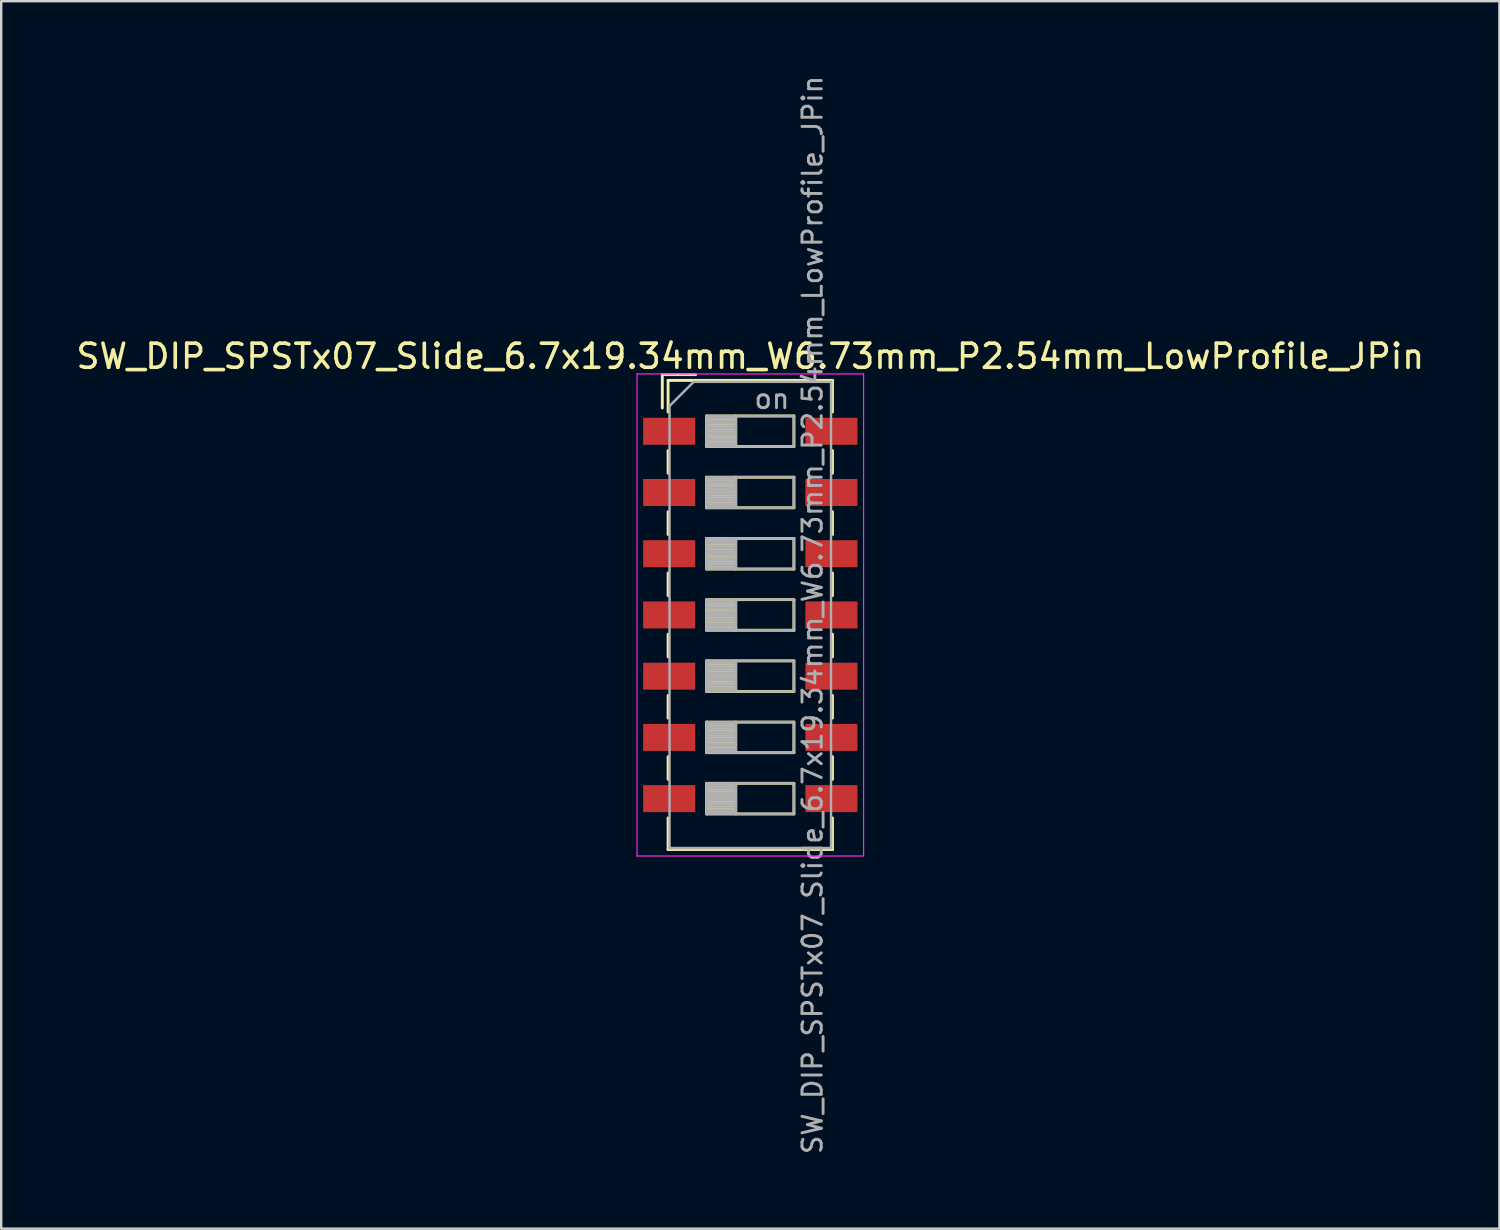
<source format=kicad_pcb>
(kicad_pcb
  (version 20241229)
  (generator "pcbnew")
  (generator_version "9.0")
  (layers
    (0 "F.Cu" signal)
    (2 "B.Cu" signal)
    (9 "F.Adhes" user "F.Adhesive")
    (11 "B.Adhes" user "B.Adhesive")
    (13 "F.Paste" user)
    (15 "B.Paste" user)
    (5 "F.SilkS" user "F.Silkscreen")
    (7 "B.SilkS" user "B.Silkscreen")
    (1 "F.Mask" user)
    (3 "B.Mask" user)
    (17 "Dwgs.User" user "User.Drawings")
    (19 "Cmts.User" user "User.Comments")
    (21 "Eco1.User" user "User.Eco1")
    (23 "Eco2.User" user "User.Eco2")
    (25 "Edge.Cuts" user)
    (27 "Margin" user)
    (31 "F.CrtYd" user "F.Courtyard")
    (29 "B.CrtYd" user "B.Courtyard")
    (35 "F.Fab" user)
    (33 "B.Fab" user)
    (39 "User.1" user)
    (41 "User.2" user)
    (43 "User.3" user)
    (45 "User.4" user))
  (footprint "SW_DIP_SPSTx07_Slide_6.7x19.34mm_W6.73mm_P2.54mm_LowProfile_JPin"
    (layer "F.Cu")
    (at 28.077 22.462)
    (property "Reference" "SW_DIP_SPSTx07_Slide_6.7x19.34mm_W6.73mm_P2.54mm_LowProfile_JPin" (at 0 -10.73 0) (layer "F.SilkS") (effects (font (size 1 1) (thickness 0.15))))
    (attr smd)
    (fp_line (start -3.65 -9.97) (end -3.65 -8.587) (stroke (width 0.12) (type solid)) (layer "F.SilkS"))
    (fp_line (start -3.65 -9.97) (end -2.267 -9.97) (stroke (width 0.12) (type solid)) (layer "F.SilkS"))
    (fp_line (start -3.41 -9.73) (end -3.41 -8.42) (stroke (width 0.12) (type solid)) (layer "F.SilkS"))
    (fp_line (start -3.41 -9.73) (end 3.41 -9.73) (stroke (width 0.12) (type solid)) (layer "F.SilkS"))
    (fp_line (start -3.41 -6.82) (end -3.41 -5.88) (stroke (width 0.12) (type solid)) (layer "F.SilkS"))
    (fp_line (start -3.41 -4.28) (end -3.41 -3.34) (stroke (width 0.12) (type solid)) (layer "F.SilkS"))
    (fp_line (start -3.41 -1.74) (end -3.41 -0.8) (stroke (width 0.12) (type solid)) (layer "F.SilkS"))
    (fp_line (start -3.41 0.8) (end -3.41 1.74) (stroke (width 0.12) (type solid)) (layer "F.SilkS"))
    (fp_line (start -3.41 3.34) (end -3.41 4.28) (stroke (width 0.12) (type solid)) (layer "F.SilkS"))
    (fp_line (start -3.41 5.88) (end -3.41 6.82) (stroke (width 0.12) (type solid)) (layer "F.SilkS"))
    (fp_line (start -3.41 8.42) (end -3.41 9.73) (stroke (width 0.12) (type solid)) (layer "F.SilkS"))
    (fp_line (start -3.41 9.73) (end 3.41 9.73) (stroke (width 0.12) (type solid)) (layer "F.SilkS"))
    (fp_line (start -1.81 -8.255) (end -1.81 -6.985) (stroke (width 0.12) (type solid)) (layer "F.SilkS"))
    (fp_line (start -1.81 -8.135) (end -0.603 -8.135) (stroke (width 0.12) (type solid)) (layer "F.SilkS"))
    (fp_line (start -1.81 -8.015) (end -0.603 -8.015) (stroke (width 0.12) (type solid)) (layer "F.SilkS"))
    (fp_line (start -1.81 -7.895) (end -0.603 -7.895) (stroke (width 0.12) (type solid)) (layer "F.SilkS"))
    (fp_line (start -1.81 -7.775) (end -0.603 -7.775) (stroke (width 0.12) (type solid)) (layer "F.SilkS"))
    (fp_line (start -1.81 -7.655) (end -0.603 -7.655) (stroke (width 0.12) (type solid)) (layer "F.SilkS"))
    (fp_line (start -1.81 -7.535) (end -0.603 -7.535) (stroke (width 0.12) (type solid)) (layer "F.SilkS"))
    (fp_line (start -1.81 -7.415) (end -0.603 -7.415) (stroke (width 0.12) (type solid)) (layer "F.SilkS"))
    (fp_line (start -1.81 -7.295) (end -0.603 -7.295) (stroke (width 0.12) (type solid)) (layer "F.SilkS"))
    (fp_line (start -1.81 -7.175) (end -0.603 -7.175) (stroke (width 0.12) (type solid)) (layer "F.SilkS"))
    (fp_line (start -1.81 -7.055) (end -0.603 -7.055) (stroke (width 0.12) (type solid)) (layer "F.SilkS"))
    (fp_line (start -1.81 -6.985) (end 1.81 -6.985) (stroke (width 0.12) (type solid)) (layer "F.SilkS"))
    (fp_line (start -1.81 -5.715) (end -1.81 -4.445) (stroke (width 0.12) (type solid)) (layer "F.SilkS"))
    (fp_line (start -1.81 -5.595) (end -0.603 -5.595) (stroke (width 0.12) (type solid)) (layer "F.SilkS"))
    (fp_line (start -1.81 -5.475) (end -0.603 -5.475) (stroke (width 0.12) (type solid)) (layer "F.SilkS"))
    (fp_line (start -1.81 -5.355) (end -0.603 -5.355) (stroke (width 0.12) (type solid)) (layer "F.SilkS"))
    (fp_line (start -1.81 -5.235) (end -0.603 -5.235) (stroke (width 0.12) (type solid)) (layer "F.SilkS"))
    (fp_line (start -1.81 -5.115) (end -0.603 -5.115) (stroke (width 0.12) (type solid)) (layer "F.SilkS"))
    (fp_line (start -1.81 -4.995) (end -0.603 -4.995) (stroke (width 0.12) (type solid)) (layer "F.SilkS"))
    (fp_line (start -1.81 -4.875) (end -0.603 -4.875) (stroke (width 0.12) (type solid)) (layer "F.SilkS"))
    (fp_line (start -1.81 -4.755) (end -0.603 -4.755) (stroke (width 0.12) (type solid)) (layer "F.SilkS"))
    (fp_line (start -1.81 -4.635) (end -0.603 -4.635) (stroke (width 0.12) (type solid)) (layer "F.SilkS"))
    (fp_line (start -1.81 -4.515) (end -0.603 -4.515) (stroke (width 0.12) (type solid)) (layer "F.SilkS"))
    (fp_line (start -1.81 -4.445) (end 1.81 -4.445) (stroke (width 0.12) (type solid)) (layer "F.SilkS"))
    (fp_line (start -1.81 -3.175) (end -1.81 -1.905) (stroke (width 0.12) (type solid)) (layer "F.SilkS"))
    (fp_line (start -1.81 -3.055) (end -0.603 -3.055) (stroke (width 0.12) (type solid)) (layer "F.SilkS"))
    (fp_line (start -1.81 -2.935) (end -0.603 -2.935) (stroke (width 0.12) (type solid)) (layer "F.SilkS"))
    (fp_line (start -1.81 -2.815) (end -0.603 -2.815) (stroke (width 0.12) (type solid)) (layer "F.SilkS"))
    (fp_line (start -1.81 -2.695) (end -0.603 -2.695) (stroke (width 0.12) (type solid)) (layer "F.SilkS"))
    (fp_line (start -1.81 -2.575) (end -0.603 -2.575) (stroke (width 0.12) (type solid)) (layer "F.SilkS"))
    (fp_line (start -1.81 -2.455) (end -0.603 -2.455) (stroke (width 0.12) (type solid)) (layer "F.SilkS"))
    (fp_line (start -1.81 -2.335) (end -0.603 -2.335) (stroke (width 0.12) (type solid)) (layer "F.SilkS"))
    (fp_line (start -1.81 -2.215) (end -0.603 -2.215) (stroke (width 0.12) (type solid)) (layer "F.SilkS"))
    (fp_line (start -1.81 -2.095) (end -0.603 -2.095) (stroke (width 0.12) (type solid)) (layer "F.SilkS"))
    (fp_line (start -1.81 -1.975) (end -0.603 -1.975) (stroke (width 0.12) (type solid)) (layer "F.SilkS"))
    (fp_line (start -1.81 -1.905) (end 1.81 -1.905) (stroke (width 0.12) (type solid)) (layer "F.SilkS"))
    (fp_line (start -1.81 -0.635) (end -1.81 0.635) (stroke (width 0.12) (type solid)) (layer "F.SilkS"))
    (fp_line (start -1.81 -0.515) (end -0.603 -0.515) (stroke (width 0.12) (type solid)) (layer "F.SilkS"))
    (fp_line (start -1.81 -0.395) (end -0.603 -0.395) (stroke (width 0.12) (type solid)) (layer "F.SilkS"))
    (fp_line (start -1.81 -0.275) (end -0.603 -0.275) (stroke (width 0.12) (type solid)) (layer "F.SilkS"))
    (fp_line (start -1.81 -0.155) (end -0.603 -0.155) (stroke (width 0.12) (type solid)) (layer "F.SilkS"))
    (fp_line (start -1.81 -0.035) (end -0.603 -0.035) (stroke (width 0.12) (type solid)) (layer "F.SilkS"))
    (fp_line (start -1.81 0.085) (end -0.603 0.085) (stroke (width 0.12) (type solid)) (layer "F.SilkS"))
    (fp_line (start -1.81 0.205) (end -0.603 0.205) (stroke (width 0.12) (type solid)) (layer "F.SilkS"))
    (fp_line (start -1.81 0.325) (end -0.603 0.325) (stroke (width 0.12) (type solid)) (layer "F.SilkS"))
    (fp_line (start -1.81 0.445) (end -0.603 0.445) (stroke (width 0.12) (type solid)) (layer "F.SilkS"))
    (fp_line (start -1.81 0.565) (end -0.603 0.565) (stroke (width 0.12) (type solid)) (layer "F.SilkS"))
    (fp_line (start -1.81 0.635) (end 1.81 0.635) (stroke (width 0.12) (type solid)) (layer "F.SilkS"))
    (fp_line (start -1.81 1.905) (end -1.81 3.175) (stroke (width 0.12) (type solid)) (layer "F.SilkS"))
    (fp_line (start -1.81 2.025) (end -0.603 2.025) (stroke (width 0.12) (type solid)) (layer "F.SilkS"))
    (fp_line (start -1.81 2.145) (end -0.603 2.145) (stroke (width 0.12) (type solid)) (layer "F.SilkS"))
    (fp_line (start -1.81 2.265) (end -0.603 2.265) (stroke (width 0.12) (type solid)) (layer "F.SilkS"))
    (fp_line (start -1.81 2.385) (end -0.603 2.385) (stroke (width 0.12) (type solid)) (layer "F.SilkS"))
    (fp_line (start -1.81 2.505) (end -0.603 2.505) (stroke (width 0.12) (type solid)) (layer "F.SilkS"))
    (fp_line (start -1.81 2.625) (end -0.603 2.625) (stroke (width 0.12) (type solid)) (layer "F.SilkS"))
    (fp_line (start -1.81 2.745) (end -0.603 2.745) (stroke (width 0.12) (type solid)) (layer "F.SilkS"))
    (fp_line (start -1.81 2.865) (end -0.603 2.865) (stroke (width 0.12) (type solid)) (layer "F.SilkS"))
    (fp_line (start -1.81 2.985) (end -0.603 2.985) (stroke (width 0.12) (type solid)) (layer "F.SilkS"))
    (fp_line (start -1.81 3.105) (end -0.603 3.105) (stroke (width 0.12) (type solid)) (layer "F.SilkS"))
    (fp_line (start -1.81 3.175) (end 1.81 3.175) (stroke (width 0.12) (type solid)) (layer "F.SilkS"))
    (fp_line (start -1.81 4.445) (end -1.81 5.715) (stroke (width 0.12) (type solid)) (layer "F.SilkS"))
    (fp_line (start -1.81 4.565) (end -0.603 4.565) (stroke (width 0.12) (type solid)) (layer "F.SilkS"))
    (fp_line (start -1.81 4.685) (end -0.603 4.685) (stroke (width 0.12) (type solid)) (layer "F.SilkS"))
    (fp_line (start -1.81 4.805) (end -0.603 4.805) (stroke (width 0.12) (type solid)) (layer "F.SilkS"))
    (fp_line (start -1.81 4.925) (end -0.603 4.925) (stroke (width 0.12) (type solid)) (layer "F.SilkS"))
    (fp_line (start -1.81 5.045) (end -0.603 5.045) (stroke (width 0.12) (type solid)) (layer "F.SilkS"))
    (fp_line (start -1.81 5.165) (end -0.603 5.165) (stroke (width 0.12) (type solid)) (layer "F.SilkS"))
    (fp_line (start -1.81 5.285) (end -0.603 5.285) (stroke (width 0.12) (type solid)) (layer "F.SilkS"))
    (fp_line (start -1.81 5.405) (end -0.603 5.405) (stroke (width 0.12) (type solid)) (layer "F.SilkS"))
    (fp_line (start -1.81 5.525) (end -0.603 5.525) (stroke (width 0.12) (type solid)) (layer "F.SilkS"))
    (fp_line (start -1.81 5.645) (end -0.603 5.645) (stroke (width 0.12) (type solid)) (layer "F.SilkS"))
    (fp_line (start -1.81 5.715) (end 1.81 5.715) (stroke (width 0.12) (type solid)) (layer "F.SilkS"))
    (fp_line (start -1.81 6.985) (end -1.81 8.255) (stroke (width 0.12) (type solid)) (layer "F.SilkS"))
    (fp_line (start -1.81 7.105) (end -0.603 7.105) (stroke (width 0.12) (type solid)) (layer "F.SilkS"))
    (fp_line (start -1.81 7.225) (end -0.603 7.225) (stroke (width 0.12) (type solid)) (layer "F.SilkS"))
    (fp_line (start -1.81 7.345) (end -0.603 7.345) (stroke (width 0.12) (type solid)) (layer "F.SilkS"))
    (fp_line (start -1.81 7.465) (end -0.603 7.465) (stroke (width 0.12) (type solid)) (layer "F.SilkS"))
    (fp_line (start -1.81 7.585) (end -0.603 7.585) (stroke (width 0.12) (type solid)) (layer "F.SilkS"))
    (fp_line (start -1.81 7.705) (end -0.603 7.705) (stroke (width 0.12) (type solid)) (layer "F.SilkS"))
    (fp_line (start -1.81 7.825) (end -0.603 7.825) (stroke (width 0.12) (type solid)) (layer "F.SilkS"))
    (fp_line (start -1.81 7.945) (end -0.603 7.945) (stroke (width 0.12) (type solid)) (layer "F.SilkS"))
    (fp_line (start -1.81 8.065) (end -0.603 8.065) (stroke (width 0.12) (type solid)) (layer "F.SilkS"))
    (fp_line (start -1.81 8.185) (end -0.603 8.185) (stroke (width 0.12) (type solid)) (layer "F.SilkS"))
    (fp_line (start -1.81 8.255) (end 1.81 8.255) (stroke (width 0.12) (type solid)) (layer "F.SilkS"))
    (fp_line (start -0.603 -8.255) (end -0.603 -6.985) (stroke (width 0.12) (type solid)) (layer "F.SilkS"))
    (fp_line (start -0.603 -5.715) (end -0.603 -4.445) (stroke (width 0.12) (type solid)) (layer "F.SilkS"))
    (fp_line (start -0.603 -3.175) (end -0.603 -1.905) (stroke (width 0.12) (type solid)) (layer "F.SilkS"))
    (fp_line (start -0.603 -0.635) (end -0.603 0.635) (stroke (width 0.12) (type solid)) (layer "F.SilkS"))
    (fp_line (start -0.603 1.905) (end -0.603 3.175) (stroke (width 0.12) (type solid)) (layer "F.SilkS"))
    (fp_line (start -0.603 4.445) (end -0.603 5.715) (stroke (width 0.12) (type solid)) (layer "F.SilkS"))
    (fp_line (start -0.603 6.985) (end -0.603 8.255) (stroke (width 0.12) (type solid)) (layer "F.SilkS"))
    (fp_line (start 1.81 -8.255) (end -1.81 -8.255) (stroke (width 0.12) (type solid)) (layer "F.SilkS"))
    (fp_line (start 1.81 -6.985) (end 1.81 -8.255) (stroke (width 0.12) (type solid)) (layer "F.SilkS"))
    (fp_line (start 1.81 -5.715) (end -1.81 -5.715) (stroke (width 0.12) (type solid)) (layer "F.SilkS"))
    (fp_line (start 1.81 -4.445) (end 1.81 -5.715) (stroke (width 0.12) (type solid)) (layer "F.SilkS"))
    (fp_line (start 1.81 -3.175) (end -1.81 -3.175) (stroke (width 0.12) (type solid)) (layer "F.SilkS"))
    (fp_line (start 1.81 -1.905) (end 1.81 -3.175) (stroke (width 0.12) (type solid)) (layer "F.SilkS"))
    (fp_line (start 1.81 -0.635) (end -1.81 -0.635) (stroke (width 0.12) (type solid)) (layer "F.SilkS"))
    (fp_line (start 1.81 0.635) (end 1.81 -0.635) (stroke (width 0.12) (type solid)) (layer "F.SilkS"))
    (fp_line (start 1.81 1.905) (end -1.81 1.905) (stroke (width 0.12) (type solid)) (layer "F.SilkS"))
    (fp_line (start 1.81 3.175) (end 1.81 1.905) (stroke (width 0.12) (type solid)) (layer "F.SilkS"))
    (fp_line (start 1.81 4.445) (end -1.81 4.445) (stroke (width 0.12) (type solid)) (layer "F.SilkS"))
    (fp_line (start 1.81 5.715) (end 1.81 4.445) (stroke (width 0.12) (type solid)) (layer "F.SilkS"))
    (fp_line (start 1.81 6.985) (end -1.81 6.985) (stroke (width 0.12) (type solid)) (layer "F.SilkS"))
    (fp_line (start 1.81 8.255) (end 1.81 6.985) (stroke (width 0.12) (type solid)) (layer "F.SilkS"))
    (fp_line (start 3.41 -9.73) (end 3.41 -8.42) (stroke (width 0.12) (type solid)) (layer "F.SilkS"))
    (fp_line (start 3.41 -6.82) (end 3.41 -5.88) (stroke (width 0.12) (type solid)) (layer "F.SilkS"))
    (fp_line (start 3.41 -4.28) (end 3.41 -3.34) (stroke (width 0.12) (type solid)) (layer "F.SilkS"))
    (fp_line (start 3.41 -1.74) (end 3.41 -0.8) (stroke (width 0.12) (type solid)) (layer "F.SilkS"))
    (fp_line (start 3.41 0.8) (end 3.41 1.74) (stroke (width 0.12) (type solid)) (layer "F.SilkS"))
    (fp_line (start 3.41 3.34) (end 3.41 4.28) (stroke (width 0.12) (type solid)) (layer "F.SilkS"))
    (fp_line (start 3.41 5.88) (end 3.41 6.82) (stroke (width 0.12) (type solid)) (layer "F.SilkS"))
    (fp_line (start 3.41 8.42) (end 3.41 9.73) (stroke (width 0.12) (type solid)) (layer "F.SilkS"))
    (fp_line (start -4.7 -10) (end -4.7 10) (stroke (width 0.05) (type solid)) (layer "F.CrtYd"))
    (fp_line (start -4.7 10) (end 4.7 10) (stroke (width 0.05) (type solid)) (layer "F.CrtYd"))
    (fp_line (start 4.7 -10) (end -4.7 -10) (stroke (width 0.05) (type solid)) (layer "F.CrtYd"))
    (fp_line (start 4.7 10) (end 4.7 -10) (stroke (width 0.05) (type solid)) (layer "F.CrtYd"))
    (fp_line (start -3.35 -8.67) (end -2.35 -9.67) (stroke (width 0.1) (type solid)) (layer "F.Fab"))
    (fp_line (start -3.35 9.67) (end -3.35 -8.67) (stroke (width 0.1) (type solid)) (layer "F.Fab"))
    (fp_line (start -2.35 -9.67) (end 3.35 -9.67) (stroke (width 0.1) (type solid)) (layer "F.Fab"))
    (fp_line (start -1.81 -8.255) (end -1.81 -6.985) (stroke (width 0.1) (type solid)) (layer "F.Fab"))
    (fp_line (start -1.81 -8.155) (end -0.603 -8.155) (stroke (width 0.1) (type solid)) (layer "F.Fab"))
    (fp_line (start -1.81 -8.055) (end -0.603 -8.055) (stroke (width 0.1) (type solid)) (layer "F.Fab"))
    (fp_line (start -1.81 -7.955) (end -0.603 -7.955) (stroke (width 0.1) (type solid)) (layer "F.Fab"))
    (fp_line (start -1.81 -7.855) (end -0.603 -7.855) (stroke (width 0.1) (type solid)) (layer "F.Fab"))
    (fp_line (start -1.81 -7.755) (end -0.603 -7.755) (stroke (width 0.1) (type solid)) (layer "F.Fab"))
    (fp_line (start -1.81 -7.655) (end -0.603 -7.655) (stroke (width 0.1) (type solid)) (layer "F.Fab"))
    (fp_line (start -1.81 -7.555) (end -0.603 -7.555) (stroke (width 0.1) (type solid)) (layer "F.Fab"))
    (fp_line (start -1.81 -7.455) (end -0.603 -7.455) (stroke (width 0.1) (type solid)) (layer "F.Fab"))
    (fp_line (start -1.81 -7.355) (end -0.603 -7.355) (stroke (width 0.1) (type solid)) (layer "F.Fab"))
    (fp_line (start -1.81 -7.255) (end -0.603 -7.255) (stroke (width 0.1) (type solid)) (layer "F.Fab"))
    (fp_line (start -1.81 -7.155) (end -0.603 -7.155) (stroke (width 0.1) (type solid)) (layer "F.Fab"))
    (fp_line (start -1.81 -7.055) (end -0.603 -7.055) (stroke (width 0.1) (type solid)) (layer "F.Fab"))
    (fp_line (start -1.81 -6.985) (end 1.81 -6.985) (stroke (width 0.1) (type solid)) (layer "F.Fab"))
    (fp_line (start -1.81 -5.715) (end -1.81 -4.445) (stroke (width 0.1) (type solid)) (layer "F.Fab"))
    (fp_line (start -1.81 -5.615) (end -0.603 -5.615) (stroke (width 0.1) (type solid)) (layer "F.Fab"))
    (fp_line (start -1.81 -5.515) (end -0.603 -5.515) (stroke (width 0.1) (type solid)) (layer "F.Fab"))
    (fp_line (start -1.81 -5.415) (end -0.603 -5.415) (stroke (width 0.1) (type solid)) (layer "F.Fab"))
    (fp_line (start -1.81 -5.315) (end -0.603 -5.315) (stroke (width 0.1) (type solid)) (layer "F.Fab"))
    (fp_line (start -1.81 -5.215) (end -0.603 -5.215) (stroke (width 0.1) (type solid)) (layer "F.Fab"))
    (fp_line (start -1.81 -5.115) (end -0.603 -5.115) (stroke (width 0.1) (type solid)) (layer "F.Fab"))
    (fp_line (start -1.81 -5.015) (end -0.603 -5.015) (stroke (width 0.1) (type solid)) (layer "F.Fab"))
    (fp_line (start -1.81 -4.915) (end -0.603 -4.915) (stroke (width 0.1) (type solid)) (layer "F.Fab"))
    (fp_line (start -1.81 -4.815) (end -0.603 -4.815) (stroke (width 0.1) (type solid)) (layer "F.Fab"))
    (fp_line (start -1.81 -4.715) (end -0.603 -4.715) (stroke (width 0.1) (type solid)) (layer "F.Fab"))
    (fp_line (start -1.81 -4.615) (end -0.603 -4.615) (stroke (width 0.1) (type solid)) (layer "F.Fab"))
    (fp_line (start -1.81 -4.515) (end -0.603 -4.515) (stroke (width 0.1) (type solid)) (layer "F.Fab"))
    (fp_line (start -1.81 -4.445) (end 1.81 -4.445) (stroke (width 0.1) (type solid)) (layer "F.Fab"))
    (fp_line (start -1.81 -3.175) (end -1.81 -1.905) (stroke (width 0.1) (type solid)) (layer "F.Fab"))
    (fp_line (start -1.81 -3.075) (end -0.603 -3.075) (stroke (width 0.1) (type solid)) (layer "F.Fab"))
    (fp_line (start -1.81 -2.975) (end -0.603 -2.975) (stroke (width 0.1) (type solid)) (layer "F.Fab"))
    (fp_line (start -1.81 -2.875) (end -0.603 -2.875) (stroke (width 0.1) (type solid)) (layer "F.Fab"))
    (fp_line (start -1.81 -2.775) (end -0.603 -2.775) (stroke (width 0.1) (type solid)) (layer "F.Fab"))
    (fp_line (start -1.81 -2.675) (end -0.603 -2.675) (stroke (width 0.1) (type solid)) (layer "F.Fab"))
    (fp_line (start -1.81 -2.575) (end -0.603 -2.575) (stroke (width 0.1) (type solid)) (layer "F.Fab"))
    (fp_line (start -1.81 -2.475) (end -0.603 -2.475) (stroke (width 0.1) (type solid)) (layer "F.Fab"))
    (fp_line (start -1.81 -2.375) (end -0.603 -2.375) (stroke (width 0.1) (type solid)) (layer "F.Fab"))
    (fp_line (start -1.81 -2.275) (end -0.603 -2.275) (stroke (width 0.1) (type solid)) (layer "F.Fab"))
    (fp_line (start -1.81 -2.175) (end -0.603 -2.175) (stroke (width 0.1) (type solid)) (layer "F.Fab"))
    (fp_line (start -1.81 -2.075) (end -0.603 -2.075) (stroke (width 0.1) (type solid)) (layer "F.Fab"))
    (fp_line (start -1.81 -1.975) (end -0.603 -1.975) (stroke (width 0.1) (type solid)) (layer "F.Fab"))
    (fp_line (start -1.81 -1.905) (end 1.81 -1.905) (stroke (width 0.1) (type solid)) (layer "F.Fab"))
    (fp_line (start -1.81 -0.635) (end -1.81 0.635) (stroke (width 0.1) (type solid)) (layer "F.Fab"))
    (fp_line (start -1.81 -0.535) (end -0.603 -0.535) (stroke (width 0.1) (type solid)) (layer "F.Fab"))
    (fp_line (start -1.81 -0.435) (end -0.603 -0.435) (stroke (width 0.1) (type solid)) (layer "F.Fab"))
    (fp_line (start -1.81 -0.335) (end -0.603 -0.335) (stroke (width 0.1) (type solid)) (layer "F.Fab"))
    (fp_line (start -1.81 -0.235) (end -0.603 -0.235) (stroke (width 0.1) (type solid)) (layer "F.Fab"))
    (fp_line (start -1.81 -0.135) (end -0.603 -0.135) (stroke (width 0.1) (type solid)) (layer "F.Fab"))
    (fp_line (start -1.81 -0.035) (end -0.603 -0.035) (stroke (width 0.1) (type solid)) (layer "F.Fab"))
    (fp_line (start -1.81 0.065) (end -0.603 0.065) (stroke (width 0.1) (type solid)) (layer "F.Fab"))
    (fp_line (start -1.81 0.165) (end -0.603 0.165) (stroke (width 0.1) (type solid)) (layer "F.Fab"))
    (fp_line (start -1.81 0.265) (end -0.603 0.265) (stroke (width 0.1) (type solid)) (layer "F.Fab"))
    (fp_line (start -1.81 0.365) (end -0.603 0.365) (stroke (width 0.1) (type solid)) (layer "F.Fab"))
    (fp_line (start -1.81 0.465) (end -0.603 0.465) (stroke (width 0.1) (type solid)) (layer "F.Fab"))
    (fp_line (start -1.81 0.565) (end -0.603 0.565) (stroke (width 0.1) (type solid)) (layer "F.Fab"))
    (fp_line (start -1.81 0.635) (end 1.81 0.635) (stroke (width 0.1) (type solid)) (layer "F.Fab"))
    (fp_line (start -1.81 1.905) (end -1.81 3.175) (stroke (width 0.1) (type solid)) (layer "F.Fab"))
    (fp_line (start -1.81 2.005) (end -0.603 2.005) (stroke (width 0.1) (type solid)) (layer "F.Fab"))
    (fp_line (start -1.81 2.105) (end -0.603 2.105) (stroke (width 0.1) (type solid)) (layer "F.Fab"))
    (fp_line (start -1.81 2.205) (end -0.603 2.205) (stroke (width 0.1) (type solid)) (layer "F.Fab"))
    (fp_line (start -1.81 2.305) (end -0.603 2.305) (stroke (width 0.1) (type solid)) (layer "F.Fab"))
    (fp_line (start -1.81 2.405) (end -0.603 2.405) (stroke (width 0.1) (type solid)) (layer "F.Fab"))
    (fp_line (start -1.81 2.505) (end -0.603 2.505) (stroke (width 0.1) (type solid)) (layer "F.Fab"))
    (fp_line (start -1.81 2.605) (end -0.603 2.605) (stroke (width 0.1) (type solid)) (layer "F.Fab"))
    (fp_line (start -1.81 2.705) (end -0.603 2.705) (stroke (width 0.1) (type solid)) (layer "F.Fab"))
    (fp_line (start -1.81 2.805) (end -0.603 2.805) (stroke (width 0.1) (type solid)) (layer "F.Fab"))
    (fp_line (start -1.81 2.905) (end -0.603 2.905) (stroke (width 0.1) (type solid)) (layer "F.Fab"))
    (fp_line (start -1.81 3.005) (end -0.603 3.005) (stroke (width 0.1) (type solid)) (layer "F.Fab"))
    (fp_line (start -1.81 3.105) (end -0.603 3.105) (stroke (width 0.1) (type solid)) (layer "F.Fab"))
    (fp_line (start -1.81 3.175) (end 1.81 3.175) (stroke (width 0.1) (type solid)) (layer "F.Fab"))
    (fp_line (start -1.81 4.445) (end -1.81 5.715) (stroke (width 0.1) (type solid)) (layer "F.Fab"))
    (fp_line (start -1.81 4.545) (end -0.603 4.545) (stroke (width 0.1) (type solid)) (layer "F.Fab"))
    (fp_line (start -1.81 4.645) (end -0.603 4.645) (stroke (width 0.1) (type solid)) (layer "F.Fab"))
    (fp_line (start -1.81 4.745) (end -0.603 4.745) (stroke (width 0.1) (type solid)) (layer "F.Fab"))
    (fp_line (start -1.81 4.845) (end -0.603 4.845) (stroke (width 0.1) (type solid)) (layer "F.Fab"))
    (fp_line (start -1.81 4.945) (end -0.603 4.945) (stroke (width 0.1) (type solid)) (layer "F.Fab"))
    (fp_line (start -1.81 5.045) (end -0.603 5.045) (stroke (width 0.1) (type solid)) (layer "F.Fab"))
    (fp_line (start -1.81 5.145) (end -0.603 5.145) (stroke (width 0.1) (type solid)) (layer "F.Fab"))
    (fp_line (start -1.81 5.245) (end -0.603 5.245) (stroke (width 0.1) (type solid)) (layer "F.Fab"))
    (fp_line (start -1.81 5.345) (end -0.603 5.345) (stroke (width 0.1) (type solid)) (layer "F.Fab"))
    (fp_line (start -1.81 5.445) (end -0.603 5.445) (stroke (width 0.1) (type solid)) (layer "F.Fab"))
    (fp_line (start -1.81 5.545) (end -0.603 5.545) (stroke (width 0.1) (type solid)) (layer "F.Fab"))
    (fp_line (start -1.81 5.645) (end -0.603 5.645) (stroke (width 0.1) (type solid)) (layer "F.Fab"))
    (fp_line (start -1.81 5.715) (end 1.81 5.715) (stroke (width 0.1) (type solid)) (layer "F.Fab"))
    (fp_line (start -1.81 6.985) (end -1.81 8.255) (stroke (width 0.1) (type solid)) (layer "F.Fab"))
    (fp_line (start -1.81 7.085) (end -0.603 7.085) (stroke (width 0.1) (type solid)) (layer "F.Fab"))
    (fp_line (start -1.81 7.185) (end -0.603 7.185) (stroke (width 0.1) (type solid)) (layer "F.Fab"))
    (fp_line (start -1.81 7.285) (end -0.603 7.285) (stroke (width 0.1) (type solid)) (layer "F.Fab"))
    (fp_line (start -1.81 7.385) (end -0.603 7.385) (stroke (width 0.1) (type solid)) (layer "F.Fab"))
    (fp_line (start -1.81 7.485) (end -0.603 7.485) (stroke (width 0.1) (type solid)) (layer "F.Fab"))
    (fp_line (start -1.81 7.585) (end -0.603 7.585) (stroke (width 0.1) (type solid)) (layer "F.Fab"))
    (fp_line (start -1.81 7.685) (end -0.603 7.685) (stroke (width 0.1) (type solid)) (layer "F.Fab"))
    (fp_line (start -1.81 7.785) (end -0.603 7.785) (stroke (width 0.1) (type solid)) (layer "F.Fab"))
    (fp_line (start -1.81 7.885) (end -0.603 7.885) (stroke (width 0.1) (type solid)) (layer "F.Fab"))
    (fp_line (start -1.81 7.985) (end -0.603 7.985) (stroke (width 0.1) (type solid)) (layer "F.Fab"))
    (fp_line (start -1.81 8.085) (end -0.603 8.085) (stroke (width 0.1) (type solid)) (layer "F.Fab"))
    (fp_line (start -1.81 8.185) (end -0.603 8.185) (stroke (width 0.1) (type solid)) (layer "F.Fab"))
    (fp_line (start -1.81 8.255) (end 1.81 8.255) (stroke (width 0.1) (type solid)) (layer "F.Fab"))
    (fp_line (start -0.603 -8.255) (end -0.603 -6.985) (stroke (width 0.1) (type solid)) (layer "F.Fab"))
    (fp_line (start -0.603 -5.715) (end -0.603 -4.445) (stroke (width 0.1) (type solid)) (layer "F.Fab"))
    (fp_line (start -0.603 -3.175) (end -0.603 -1.905) (stroke (width 0.1) (type solid)) (layer "F.Fab"))
    (fp_line (start -0.603 -0.635) (end -0.603 0.635) (stroke (width 0.1) (type solid)) (layer "F.Fab"))
    (fp_line (start -0.603 1.905) (end -0.603 3.175) (stroke (width 0.1) (type solid)) (layer "F.Fab"))
    (fp_line (start -0.603 4.445) (end -0.603 5.715) (stroke (width 0.1) (type solid)) (layer "F.Fab"))
    (fp_line (start -0.603 6.985) (end -0.603 8.255) (stroke (width 0.1) (type solid)) (layer "F.Fab"))
    (fp_line (start 1.81 -8.255) (end -1.81 -8.255) (stroke (width 0.1) (type solid)) (layer "F.Fab"))
    (fp_line (start 1.81 -6.985) (end 1.81 -8.255) (stroke (width 0.1) (type solid)) (layer "F.Fab"))
    (fp_line (start 1.81 -5.715) (end -1.81 -5.715) (stroke (width 0.1) (type solid)) (layer "F.Fab"))
    (fp_line (start 1.81 -4.445) (end 1.81 -5.715) (stroke (width 0.1) (type solid)) (layer "F.Fab"))
    (fp_line (start 1.81 -3.175) (end -1.81 -3.175) (stroke (width 0.1) (type solid)) (layer "F.Fab"))
    (fp_line (start 1.81 -1.905) (end 1.81 -3.175) (stroke (width 0.1) (type solid)) (layer "F.Fab"))
    (fp_line (start 1.81 -0.635) (end -1.81 -0.635) (stroke (width 0.1) (type solid)) (layer "F.Fab"))
    (fp_line (start 1.81 0.635) (end 1.81 -0.635) (stroke (width 0.1) (type solid)) (layer "F.Fab"))
    (fp_line (start 1.81 1.905) (end -1.81 1.905) (stroke (width 0.1) (type solid)) (layer "F.Fab"))
    (fp_line (start 1.81 3.175) (end 1.81 1.905) (stroke (width 0.1) (type solid)) (layer "F.Fab"))
    (fp_line (start 1.81 4.445) (end -1.81 4.445) (stroke (width 0.1) (type solid)) (layer "F.Fab"))
    (fp_line (start 1.81 5.715) (end 1.81 4.445) (stroke (width 0.1) (type solid)) (layer "F.Fab"))
    (fp_line (start 1.81 6.985) (end -1.81 6.985) (stroke (width 0.1) (type solid)) (layer "F.Fab"))
    (fp_line (start 1.81 8.255) (end 1.81 6.985) (stroke (width 0.1) (type solid)) (layer "F.Fab"))
    (fp_line (start 3.35 -9.67) (end 3.35 9.67) (stroke (width 0.1) (type solid)) (layer "F.Fab"))
    (fp_line (start 3.35 9.67) (end -3.35 9.67) (stroke (width 0.1) (type solid)) (layer "F.Fab"))
    (fp_text user "on" (at 0.897 -8.963 0) (layer "F.Fab") (effects (font (size 0.8 0.8) (thickness 0.12))))
    (fp_text user "${REFERENCE}" (at 2.58 0 90) (layer "F.Fab") (effects (font (size 0.8 0.8) (thickness 0.12))))
    (pad "1" smd rect (at -3.365 -7.62) (size 2.16 1.12) (layers "F.Cu" "F.Mask" "F.Paste"))
    (pad "2" smd rect (at -3.365 -5.08) (size 2.16 1.12) (layers "F.Cu" "F.Mask" "F.Paste"))
    (pad "3" smd rect (at -3.365 -2.54) (size 2.16 1.12) (layers "F.Cu" "F.Mask" "F.Paste"))
    (pad "4" smd rect (at -3.365 0) (size 2.16 1.12) (layers "F.Cu" "F.Mask" "F.Paste"))
    (pad "5" smd rect (at -3.365 2.54) (size 2.16 1.12) (layers "F.Cu" "F.Mask" "F.Paste"))
    (pad "6" smd rect (at -3.365 5.08) (size 2.16 1.12) (layers "F.Cu" "F.Mask" "F.Paste"))
    (pad "7" smd rect (at -3.365 7.62) (size 2.16 1.12) (layers "F.Cu" "F.Mask" "F.Paste"))
    (pad "8" smd rect (at 3.365 7.62) (size 2.16 1.12) (layers "F.Cu" "F.Mask" "F.Paste"))
    (pad "9" smd rect (at 3.365 5.08) (size 2.16 1.12) (layers "F.Cu" "F.Mask" "F.Paste"))
    (pad "10" smd rect (at 3.365 2.54) (size 2.16 1.12) (layers "F.Cu" "F.Mask" "F.Paste"))
    (pad "11" smd rect (at 3.365 0) (size 2.16 1.12) (layers "F.Cu" "F.Mask" "F.Paste"))
    (pad "12" smd rect (at 3.365 -2.54) (size 2.16 1.12) (layers "F.Cu" "F.Mask" "F.Paste"))
    (pad "13" smd rect (at 3.365 -5.08) (size 2.16 1.12) (layers "F.Cu" "F.Mask" "F.Paste"))
    (pad "14" smd rect (at 3.365 -7.62) (size 2.16 1.12) (layers "F.Cu" "F.Mask" "F.Paste")))
  (gr_rect
    (start -3 -3)
    (end 59.155 47.924)
    (stroke (width 0.1) (type default))
    (fill no)
    (layer "Edge.Cuts")))
</source>
